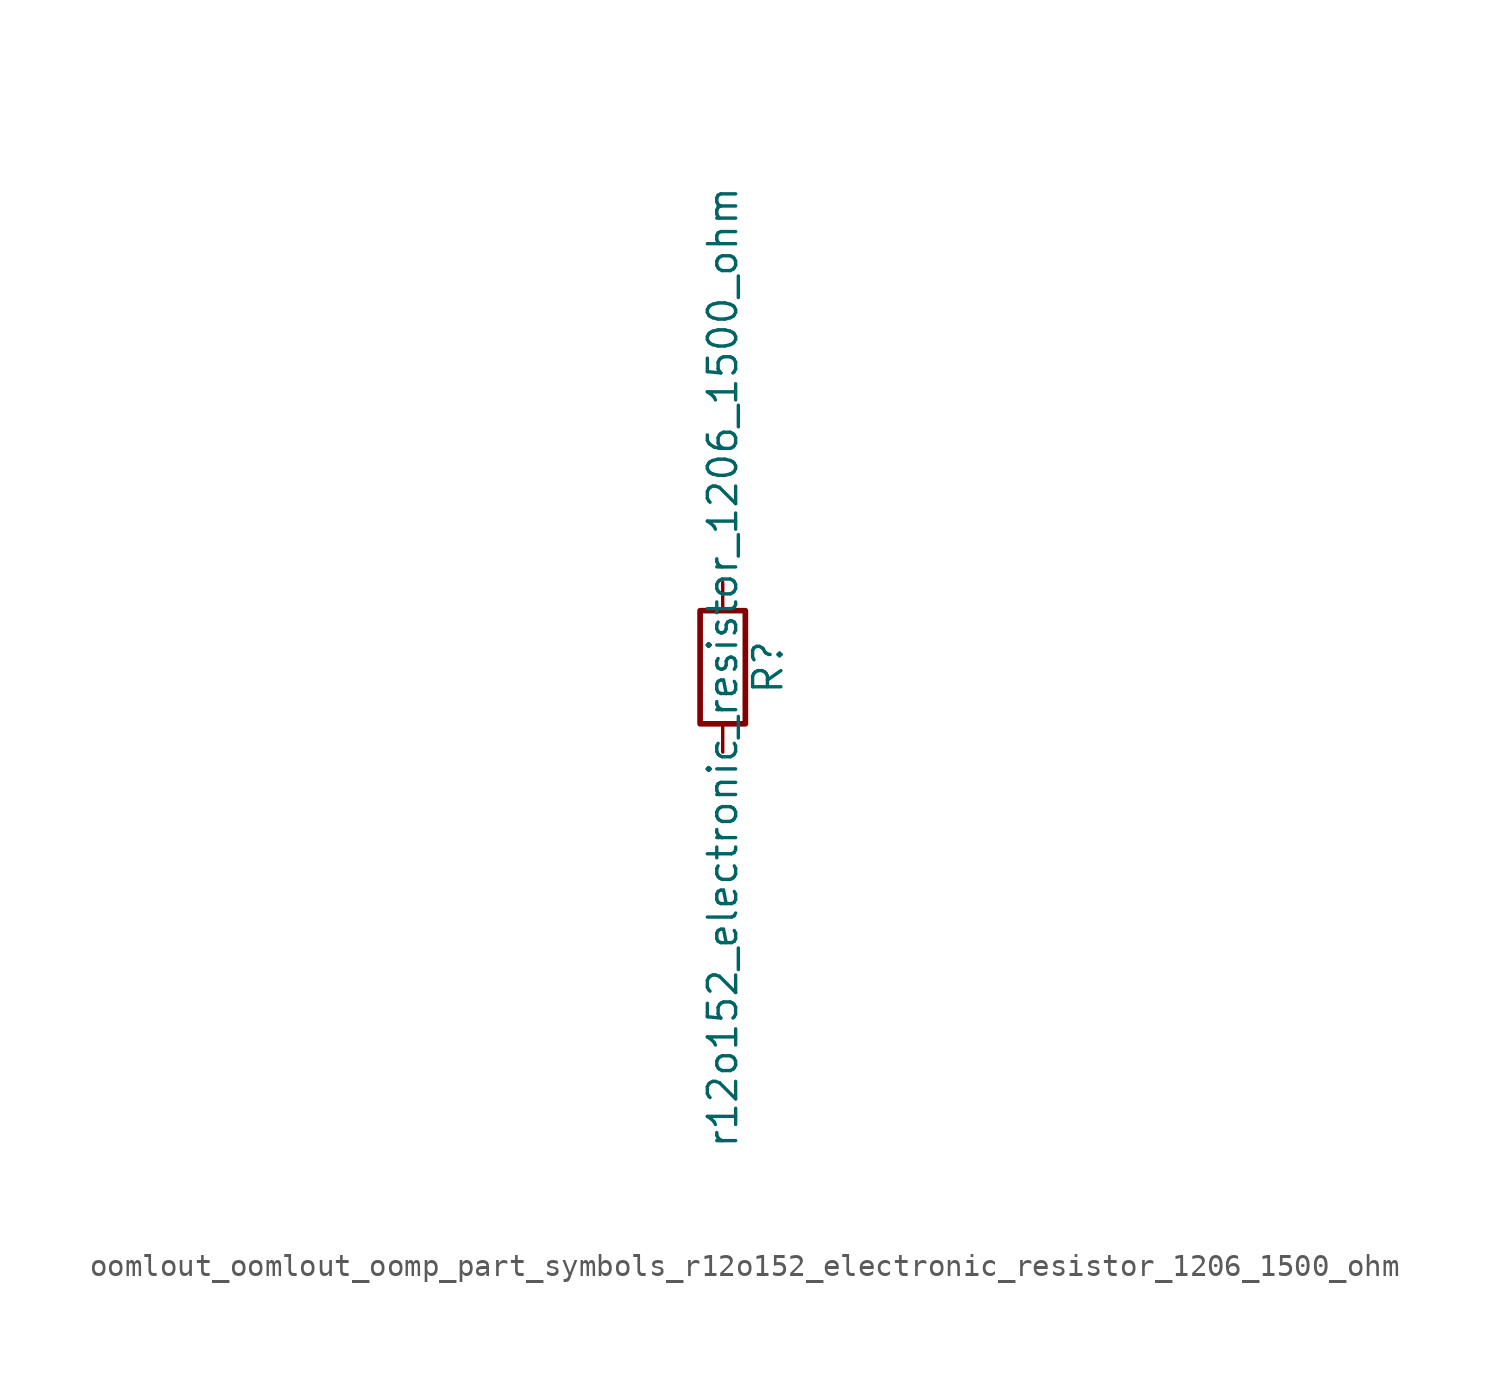
<source format=kicad_sym>
(kicad_symbol_lib
  (version 20220914)
  (generator kicad_symbol_editor)
  (symbol "oomlout_oomlout_oomp_part_symbols_r12o152_electronic_resistor_1206_1500_ohm"
    (pin_numbers hide)
    (pin_names
      (offset 0))
    (property "Reference" "R"
      (at 2.032 0 90)
      (effects (font (size 1.27 1.27))))
    (property "Value" "r12o152_electronic_resistor_1206_1500_ohm"
      (at 0 0 90)
      (effects (font (size 1.27 1.27))))
    (symbol "oomlout_oomlout_oomp_part_symbols_r12o152_electronic_resistor_1206_1500_ohm_0_1"
      (rectangle (start -1.016 -2.54) (end 1.016 2.54) (stroke (width 0.254) (type default)) (fill (type none))))
    (symbol "oomlout_oomlout_oomp_part_symbols_r12o152_electronic_resistor_1206_1500_ohm_1_1"
      (pin passive line (at 0 3.81 270) (length 1.27) (name "~" (effects (font (size 1.27 1.27)))) (number "1" (effects (font (size 1.27 1.27)))))
      (pin passive line (at 0 -3.81 90) (length 1.27) (name "~" (effects (font (size 1.27 1.27)))) (number "2" (effects (font (size 1.27 1.27))))))))
</source>
